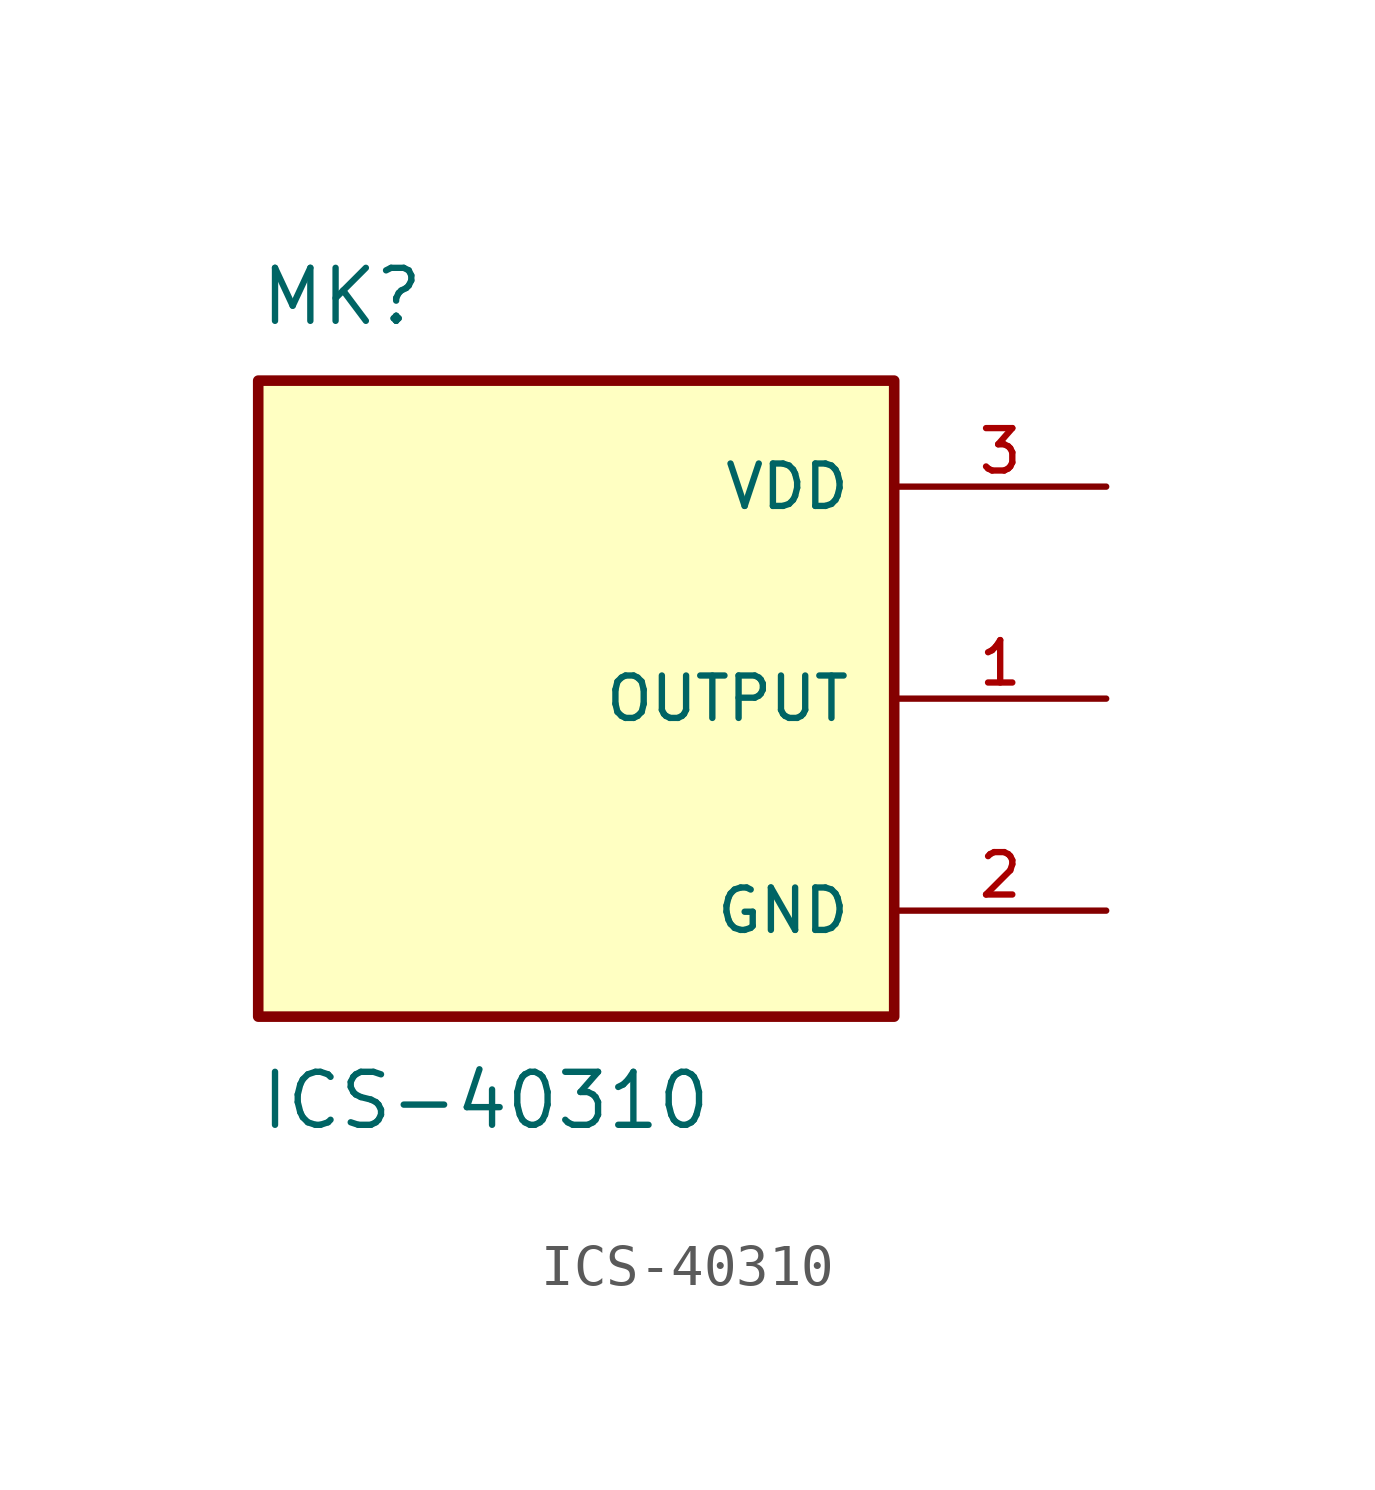
<source format=kicad_sym>
(kicad_symbol_lib
  (version 20231120)
  (generator "kicad_symbol_editor")
  (generator_version "8.0")
  (symbol "ICS-40310"
    (pin_names
      (offset 1.016))
    (property "Reference" "MK"
      (at -7.62 8.89 0)
      (effects (font (size 1.27 1.27)) (justify left bottom)))
    (property "Value" "ICS-40310"
      (at -7.62 -8.89 0)
      (effects (font (size 1.27 1.27)) (justify left top)))
    (symbol "ICS-40310_0_0"
      (rectangle (start -7.62 -7.62) (end 7.62 7.62) (stroke (width 0.254) (type default)) (fill (type background)))
      (pin output line (at 12.7 0 180) (length 5.08) (name "OUTPUT" (effects (font (size 1.016 1.016)))) (number "1" (effects (font (size 1.016 1.016)))))
      (pin power_in line (at 12.7 -5.08 180) (length 5.08) (name "GND" (effects (font (size 1.016 1.016)))) (number "2" (effects (font (size 1.016 1.016)))))
      (pin power_in line (at 12.7 5.08 180) (length 5.08) (name "VDD" (effects (font (size 1.016 1.016)))) (number "3" (effects (font (size 1.016 1.016))))))))
</source>
